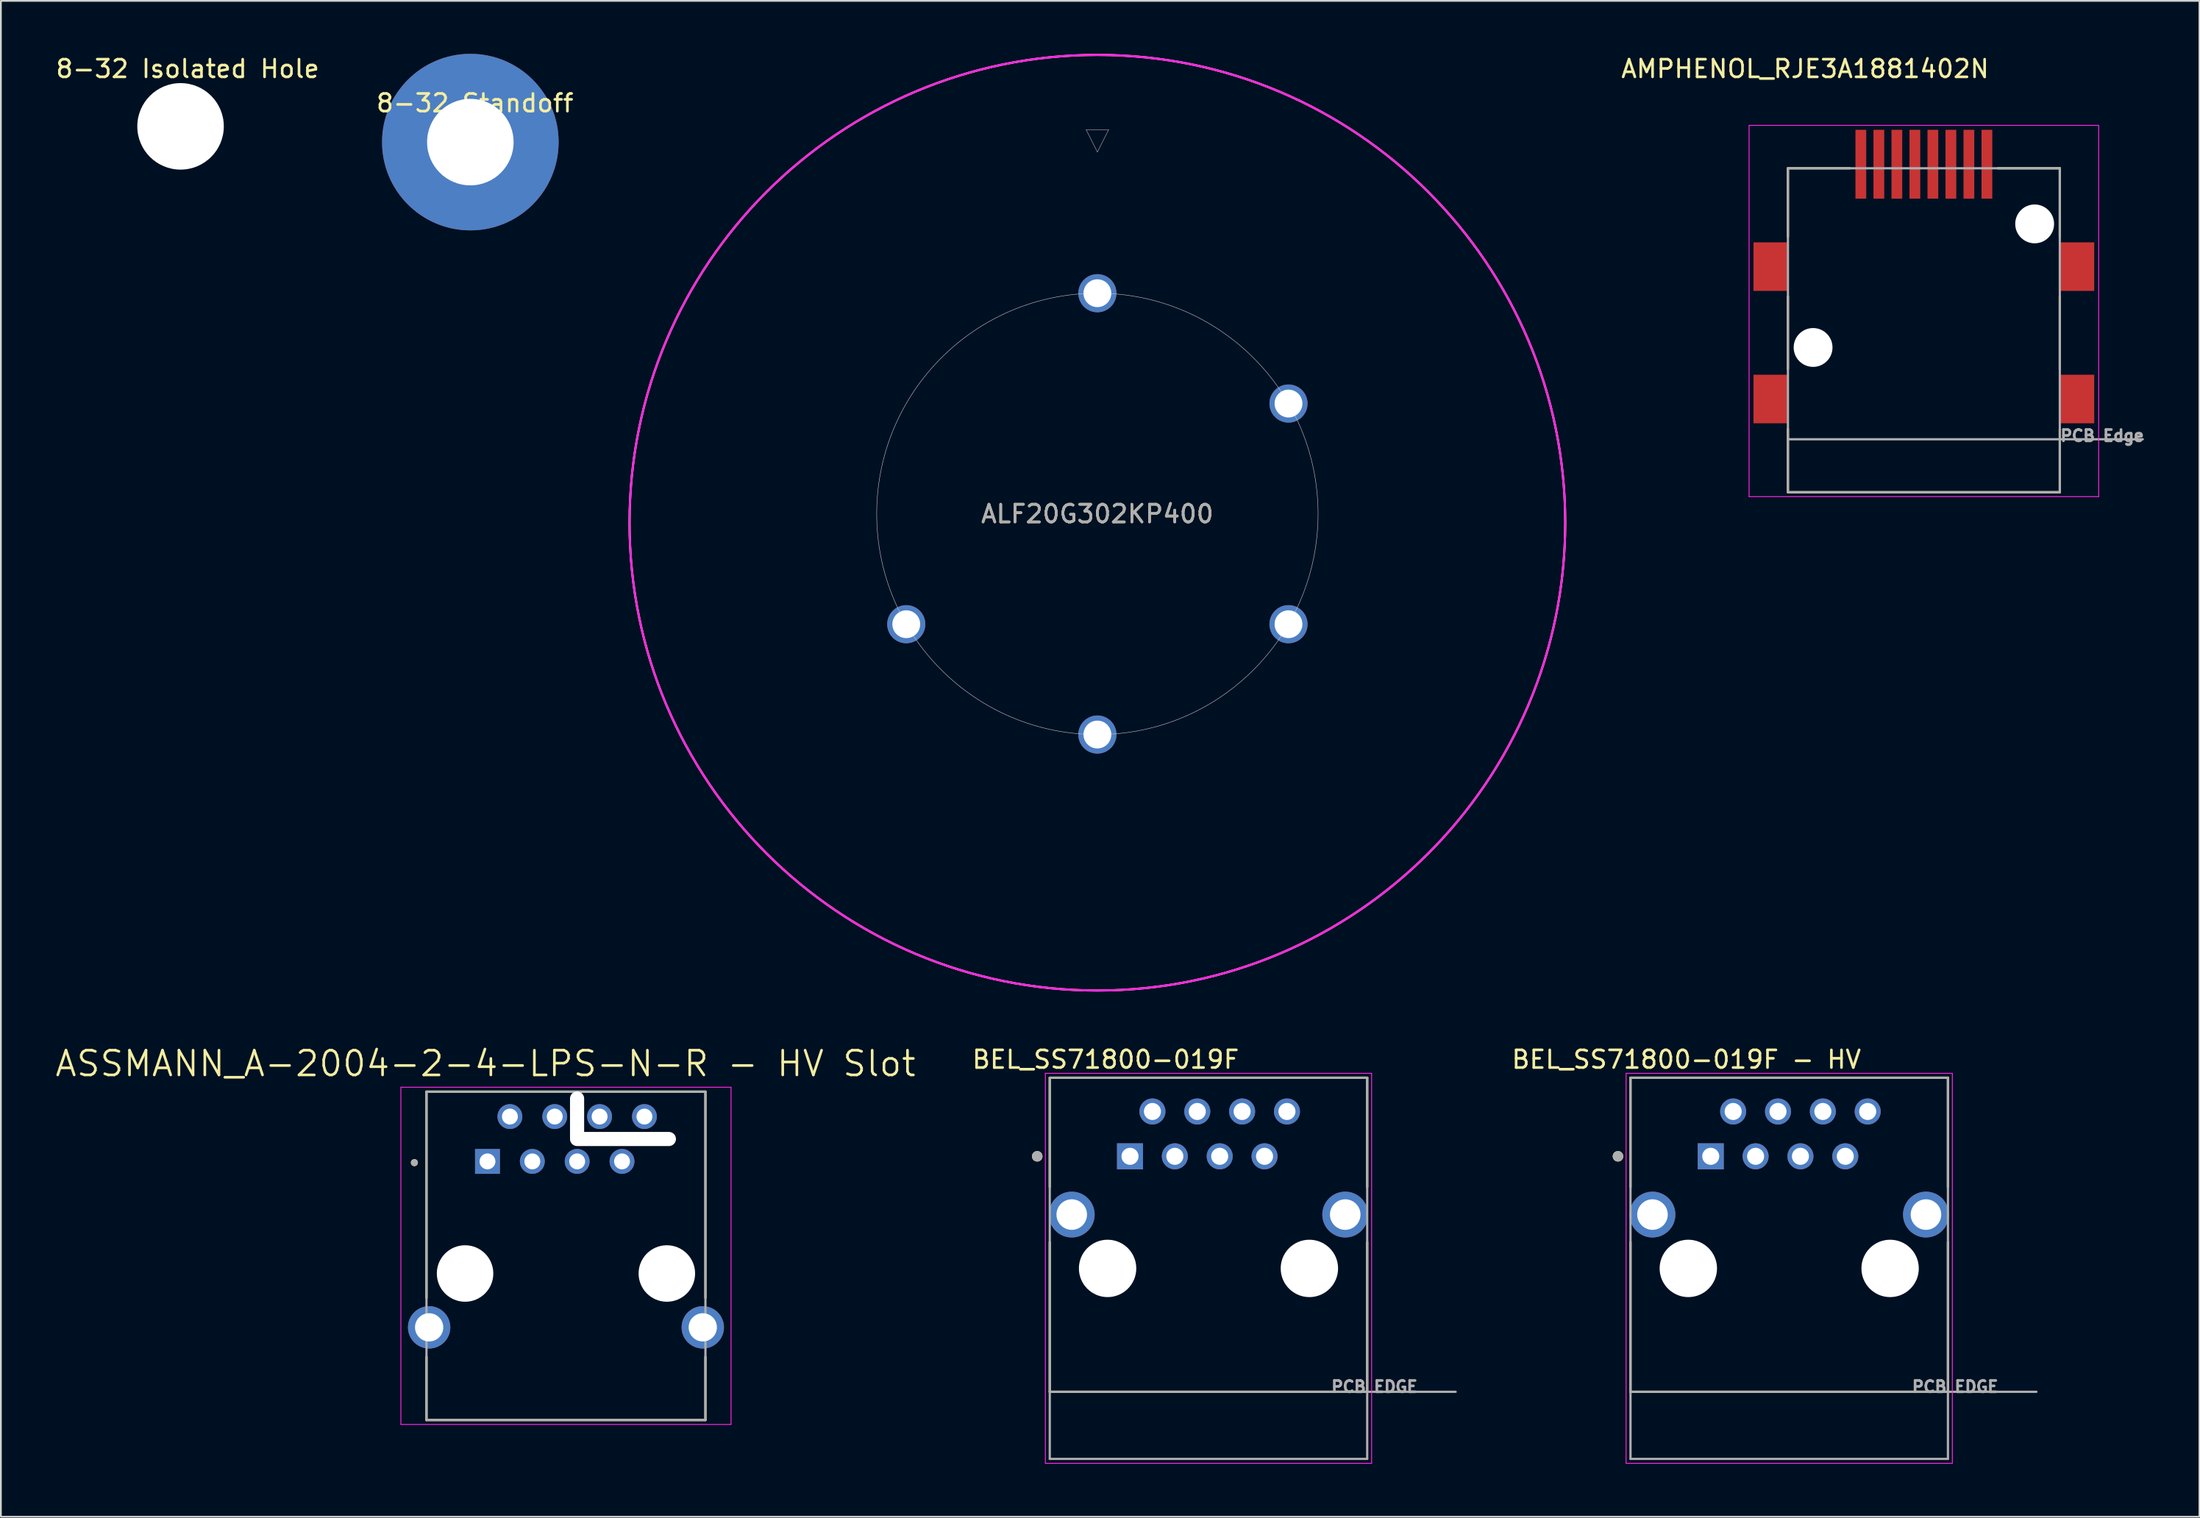
<source format=kicad_pcb>
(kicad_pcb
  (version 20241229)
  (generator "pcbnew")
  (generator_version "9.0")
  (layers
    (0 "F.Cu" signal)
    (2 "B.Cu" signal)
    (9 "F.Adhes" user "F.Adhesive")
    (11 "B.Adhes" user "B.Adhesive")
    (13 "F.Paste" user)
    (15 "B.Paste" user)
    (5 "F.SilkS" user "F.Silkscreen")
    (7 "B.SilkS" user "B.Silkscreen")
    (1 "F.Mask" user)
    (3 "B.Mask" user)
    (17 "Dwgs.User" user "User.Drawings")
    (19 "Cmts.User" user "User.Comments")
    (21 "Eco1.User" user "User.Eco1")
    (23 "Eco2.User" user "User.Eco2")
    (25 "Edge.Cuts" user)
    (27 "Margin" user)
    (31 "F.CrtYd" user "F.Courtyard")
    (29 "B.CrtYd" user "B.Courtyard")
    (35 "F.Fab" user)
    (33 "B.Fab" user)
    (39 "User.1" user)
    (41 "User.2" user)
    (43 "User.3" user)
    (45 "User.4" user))
  (footprint "ASSMANN_A-2004-2-4-LPS-N-R - HV Slot"
    (layer "F.Cu")
    (at 29.007 69.091)
    (property "Reference" "ASSMANN_A-2004-2-4-LPS-N-R - HV Slot" (at -4.555 -11.889 0) (layer "F.SilkS") (effects (font (size 1.4 1.4) (thickness 0.15))))
    (attr through_hole)
    (fp_line (start -7.9 -10.3) (end 7.9 -10.3) (stroke (width 0.127) (type solid)) (layer "F.SilkS"))
    (fp_line (start -7.9 1.38) (end -7.9 -10.3) (stroke (width 0.127) (type solid)) (layer "F.SilkS"))
    (fp_line (start -7.9 8.3) (end -7.9 4.72) (stroke (width 0.127) (type solid)) (layer "F.SilkS"))
    (fp_line (start 7.9 -10.3) (end 7.9 1.38) (stroke (width 0.127) (type solid)) (layer "F.SilkS"))
    (fp_line (start 7.9 4.72) (end 7.9 8.3) (stroke (width 0.127) (type solid)) (layer "F.SilkS"))
    (fp_line (start 7.9 8.3) (end -7.9 8.3) (stroke (width 0.127) (type solid)) (layer "F.SilkS"))
    (fp_circle (center -8.586 -6.281) (end -8.486 -6.281) (stroke (width 0.2) (type solid)) (fill no) (layer "F.SilkS"))
    (fp_line (start -9.35 -10.55) (end -9.35 8.55) (stroke (width 0.05) (type solid)) (layer "F.CrtYd"))
    (fp_line (start -9.35 8.55) (end 9.35 8.55) (stroke (width 0.05) (type solid)) (layer "F.CrtYd"))
    (fp_line (start 9.35 -10.55) (end -9.35 -10.55) (stroke (width 0.05) (type solid)) (layer "F.CrtYd"))
    (fp_line (start 9.35 8.55) (end 9.35 -10.55) (stroke (width 0.05) (type solid)) (layer "F.CrtYd"))
    (fp_line (start -7.9 -10.3) (end 7.9 -10.3) (stroke (width 0.127) (type solid)) (layer "F.Fab"))
    (fp_line (start -7.9 8.3) (end -7.9 -10.3) (stroke (width 0.127) (type solid)) (layer "F.Fab"))
    (fp_line (start 7.9 -10.3) (end 7.9 8.3) (stroke (width 0.127) (type solid)) (layer "F.Fab"))
    (fp_line (start 7.9 8.3) (end -7.9 8.3) (stroke (width 0.127) (type solid)) (layer "F.Fab"))
    (fp_circle (center -8.586 -6.281) (end -8.486 -6.281) (stroke (width 0.2) (type solid)) (fill no) (layer "F.Fab"))
    (pad "" np_thru_hole circle (at -5.715 0) (size 3.2 3.2) (drill 3.2) (layers "*.Cu" "*.Mask"))
    (pad "" np_thru_hole oval (at 0.63 -8.81) (size 0.8 3) (drill oval 0.8 3) (layers "*.Cu" "*.Mask"))
    (pad "" np_thru_hole oval (at 3.23 -7.62 90) (size 0.8 6) (drill oval 0.8 6) (layers "*.Cu" "*.Mask"))
    (pad "" np_thru_hole circle (at 5.715 0) (size 3.2 3.2) (drill 3.2) (layers "*.Cu" "*.Mask"))
    (pad "1" thru_hole rect (at -4.445 -6.35) (size 1.408 1.408) (drill 0.9) (layers "*.Cu" "*.Mask"))
    (pad "2" thru_hole circle (at -3.175 -8.89) (size 1.408 1.408) (drill 0.9) (layers "*.Cu" "*.Mask"))
    (pad "3" thru_hole circle (at -1.905 -6.35) (size 1.408 1.408) (drill 0.9) (layers "*.Cu" "*.Mask"))
    (pad "4" thru_hole circle (at -0.635 -8.89) (size 1.408 1.408) (drill 0.9) (layers "*.Cu" "*.Mask"))
    (pad "5" thru_hole circle (at 0.635 -6.35) (size 1.408 1.408) (drill 0.9) (layers "*.Cu" "*.Mask"))
    (pad "6" thru_hole circle (at 1.905 -8.89) (size 1.408 1.408) (drill 0.9) (layers "*.Cu" "*.Mask"))
    (pad "7" thru_hole circle (at 3.175 -6.35) (size 1.408 1.408) (drill 0.9) (layers "*.Cu" "*.Mask"))
    (pad "8" thru_hole circle (at 4.445 -8.89) (size 1.408 1.408) (drill 0.9) (layers "*.Cu" "*.Mask"))
    (pad "SH" thru_hole circle (at -7.75 3.05) (size 2.4 2.4) (drill 1.6) (layers "*.Cu" "*.Mask"))
    (pad "SH" thru_hole circle (at 7.75 3.05) (size 2.4 2.4) (drill 1.6) (layers "*.Cu" "*.Mask")))
  (footprint "8-32 Standoff"
    (layer "F.Cu")
    (at 23.541 4.94)
    (property "Reference" "8-32 Standoff" (at 0.31 -2.15 0) (unlocked yes) (layer "F.SilkS") (effects (font (size 1 1) (thickness 0.15))))
    (attr through_hole)
    (pad "1" thru_hole circle (at 0.05 0.06) (size 10 10) (drill 4.9) (layers "*.Cu" "*.Mask")))
  (footprint "BEL_SS71800-019F"
    (layer "F.Cu")
    (at 65.401 68.803)
    (property "Reference" "BEL_SS71800-019F" (at -5.825 -11.835 0) (layer "F.SilkS") (effects (font (size 1 1) (thickness 0.15))))
    (attr through_hole)
    (fp_line (start -8.99 -10.8) (end 8.99 -10.8) (stroke (width 0.127) (type solid)) (layer "F.SilkS"))
    (fp_line (start -8.99 -4.61) (end -8.99 -10.8) (stroke (width 0.127) (type solid)) (layer "F.SilkS"))
    (fp_line (start -8.99 6.99) (end -8.99 -1.49) (stroke (width 0.127) (type solid)) (layer "F.SilkS"))
    (fp_line (start -8.99 6.99) (end 8.99 6.99) (stroke (width 0.127) (type solid)) (layer "F.SilkS"))
    (fp_line (start 8.99 -10.8) (end 8.99 -4.61) (stroke (width 0.127) (type solid)) (layer "F.SilkS"))
    (fp_line (start 8.99 -1.49) (end 8.99 6.99) (stroke (width 0.127) (type solid)) (layer "F.SilkS"))
    (fp_circle (center -9.7 -6.35) (end -9.55 -6.35) (stroke (width 0.3) (type solid)) (fill no) (layer "F.SilkS"))
    (fp_line (start -9.24 -11.05) (end 9.24 -11.05) (stroke (width 0.05) (type solid)) (layer "F.CrtYd"))
    (fp_line (start -9.24 11.04) (end -9.24 -11.05) (stroke (width 0.05) (type solid)) (layer "F.CrtYd"))
    (fp_line (start 9.24 -11.05) (end 9.24 11.04) (stroke (width 0.05) (type solid)) (layer "F.CrtYd"))
    (fp_line (start 9.24 11.04) (end -9.24 11.04) (stroke (width 0.05) (type solid)) (layer "F.CrtYd"))
    (fp_line (start -8.99 -10.8) (end 8.99 -10.8) (stroke (width 0.127) (type solid)) (layer "F.Fab"))
    (fp_line (start -8.99 6.99) (end -8.99 -10.8) (stroke (width 0.127) (type solid)) (layer "F.Fab"))
    (fp_line (start -8.99 6.99) (end 14 6.99) (stroke (width 0.127) (type solid)) (layer "F.Fab"))
    (fp_line (start -8.99 10.79) (end -8.99 6.99) (stroke (width 0.127) (type solid)) (layer "F.Fab"))
    (fp_line (start 8.99 -10.8) (end 8.99 10.79) (stroke (width 0.127) (type solid)) (layer "F.Fab"))
    (fp_line (start 8.99 10.79) (end -8.99 10.79) (stroke (width 0.127) (type solid)) (layer "F.Fab"))
    (fp_circle (center -9.7 -6.35) (end -9.55 -6.35) (stroke (width 0.3) (type solid)) (fill no) (layer "F.Fab"))
    (fp_text user "PCB EDGE" (at 9.4 6.7 0) (layer "F.Fab") (effects (font (size 0.64 0.64) (thickness 0.15))))
    (pad "" np_thru_hole circle (at -5.715 0) (size 3.25 3.25) (drill 3.25) (layers "*.Cu" "*.Mask"))
    (pad "" np_thru_hole circle (at 5.715 0) (size 3.25 3.25) (drill 3.25) (layers "*.Cu" "*.Mask"))
    (pad "1" thru_hole rect (at -4.445 -6.35) (size 1.474 1.474) (drill 0.966) (layers "*.Cu" "*.Mask"))
    (pad "2" thru_hole circle (at -3.175 -8.89) (size 1.474 1.474) (drill 0.966) (layers "*.Cu" "*.Mask"))
    (pad "3" thru_hole circle (at -1.905 -6.35) (size 1.474 1.474) (drill 0.966) (layers "*.Cu" "*.Mask"))
    (pad "4" thru_hole circle (at -0.635 -8.89) (size 1.474 1.474) (drill 0.966) (layers "*.Cu" "*.Mask"))
    (pad "5" thru_hole circle (at 0.635 -6.35) (size 1.474 1.474) (drill 0.966) (layers "*.Cu" "*.Mask"))
    (pad "6" thru_hole circle (at 1.905 -8.89) (size 1.474 1.474) (drill 0.966) (layers "*.Cu" "*.Mask"))
    (pad "7" thru_hole circle (at 3.175 -6.35) (size 1.474 1.474) (drill 0.966) (layers "*.Cu" "*.Mask"))
    (pad "8" thru_hole circle (at 4.445 -8.89) (size 1.474 1.474) (drill 0.966) (layers "*.Cu" "*.Mask"))
    (pad "SH" thru_hole circle (at -7.745 -3.05) (size 2.595 2.595) (drill 1.73) (layers "*.Cu" "*.Mask"))
    (pad "SH" thru_hole circle (at 7.745 -3.05) (size 2.595 2.595) (drill 1.73) (layers "*.Cu" "*.Mask")))
  (footprint "ALF20G302KP400"
    (layer "F.Cu")
    (at 59.108 13.56)
    (property "Reference" "ALF20G302KP400" (at 0 12.5 0) (unlocked yes) (layer "F.SilkS") (effects (font (size 1 1) (thickness 0.15))))
    (attr through_hole)
    (fp_circle (center 0 13) (end 26.5 13) (stroke (width 0.12) (type default)) (fill no) (layer "F.SilkS"))
    (fp_circle (center 0 12.5) (end 12.5 12.5) (stroke (width 0.025) (type solid)) (fill no) (layer "Dwgs.User"))
    (fp_circle (center 0 13) (end 26.5 13) (stroke (width 0.12) (type default)) (fill no) (layer "F.CrtYd"))
    (fp_line (start -0.635 -9.259) (end 0.635 -9.259) (stroke (width 0.025) (type solid)) (layer "F.Fab"))
    (fp_line (start 0 -7.998) (end -0.635 -9.259) (stroke (width 0.025) (type solid)) (layer "F.Fab"))
    (fp_line (start 0.635 -9.259) (end 0 -7.998) (stroke (width 0.025) (type solid)) (layer "F.Fab"))
    (fp_text user "${REFERENCE}" (at 0 12.5 0) (unlocked yes) (layer "F.Fab") (effects (font (size 1 1) (thickness 0.15))))
    (pad "1" thru_hole circle (at 0 0) (size 2.159 2.159) (drill 1.575) (layers "*.Cu" "*.Mask"))
    (pad "2" thru_hole circle (at 10.825 6.25 300) (size 2.159 2.159) (drill 1.575) (layers "*.Cu" "*.Mask"))
    (pad "3" thru_hole circle (at 0 25) (size 2.159 2.159) (drill 1.575) (layers "*.Cu" "*.Mask"))
    (pad "4" thru_hole circle (at -10.825 18.75 120) (size 2.159 2.159) (drill 1.575) (layers "*.Cu" "*.Mask"))
    (pad "5" thru_hole circle (at 10.825 18.75 240) (size 2.159 2.159) (drill 1.575) (layers "*.Cu" "*.Mask")))
  (footprint "BEL_SS71800-019F - HV"
    (layer "F.Cu")
    (at 98.295 68.803)
    (property "Reference" "BEL_SS71800-019F - HV" (at -5.825 -11.835 0) (layer "F.SilkS") (effects (font (size 1 1) (thickness 0.15))))
    (attr through_hole)
    (fp_line (start -8.99 -10.8) (end 8.99 -10.8) (stroke (width 0.127) (type solid)) (layer "F.SilkS"))
    (fp_line (start -8.99 -4.61) (end -8.99 -10.8) (stroke (width 0.127) (type solid)) (layer "F.SilkS"))
    (fp_line (start -8.99 6.99) (end -8.99 -1.49) (stroke (width 0.127) (type solid)) (layer "F.SilkS"))
    (fp_line (start -8.99 6.99) (end 8.99 6.99) (stroke (width 0.127) (type solid)) (layer "F.SilkS"))
    (fp_line (start 8.99 -10.8) (end 8.99 -4.61) (stroke (width 0.127) (type solid)) (layer "F.SilkS"))
    (fp_line (start 8.99 -1.49) (end 8.99 6.99) (stroke (width 0.127) (type solid)) (layer "F.SilkS"))
    (fp_circle (center -9.7 -6.35) (end -9.55 -6.35) (stroke (width 0.3) (type solid)) (fill no) (layer "F.SilkS"))
    (fp_line (start -9.24 -11.05) (end 9.24 -11.05) (stroke (width 0.05) (type solid)) (layer "F.CrtYd"))
    (fp_line (start -9.24 11.04) (end -9.24 -11.05) (stroke (width 0.05) (type solid)) (layer "F.CrtYd"))
    (fp_line (start 9.24 -11.05) (end 9.24 11.04) (stroke (width 0.05) (type solid)) (layer "F.CrtYd"))
    (fp_line (start 9.24 11.04) (end -9.24 11.04) (stroke (width 0.05) (type solid)) (layer "F.CrtYd"))
    (fp_line (start -8.99 -10.8) (end 8.99 -10.8) (stroke (width 0.127) (type solid)) (layer "F.Fab"))
    (fp_line (start -8.99 6.99) (end -8.99 -10.8) (stroke (width 0.127) (type solid)) (layer "F.Fab"))
    (fp_line (start -8.99 6.99) (end 14 6.99) (stroke (width 0.127) (type solid)) (layer "F.Fab"))
    (fp_line (start -8.99 10.79) (end -8.99 6.99) (stroke (width 0.127) (type solid)) (layer "F.Fab"))
    (fp_line (start 8.99 -10.8) (end 8.99 10.79) (stroke (width 0.127) (type solid)) (layer "F.Fab"))
    (fp_line (start 8.99 10.79) (end -8.99 10.79) (stroke (width 0.127) (type solid)) (layer "F.Fab"))
    (fp_circle (center -9.7 -6.35) (end -9.55 -6.35) (stroke (width 0.3) (type solid)) (fill no) (layer "F.Fab"))
    (fp_text user "PCB EDGE" (at 9.4 6.7 0) (layer "F.Fab") (effects (font (size 0.64 0.64) (thickness 0.15))))
    (pad "" np_thru_hole circle (at -5.715 0) (size 3.25 3.25) (drill 3.25) (layers "*.Cu" "*.Mask"))
    (pad "" np_thru_hole circle (at 5.715 0) (size 3.25 3.25) (drill 3.25) (layers "*.Cu" "*.Mask"))
    (pad "1" thru_hole rect (at -4.445 -6.35) (size 1.474 1.474) (drill 0.966) (layers "*.Cu" "*.Mask"))
    (pad "2" thru_hole circle (at -3.175 -8.89) (size 1.474 1.474) (drill 0.966) (layers "*.Cu" "*.Mask"))
    (pad "3" thru_hole circle (at -1.905 -6.35) (size 1.474 1.474) (drill 0.966) (layers "*.Cu" "*.Mask"))
    (pad "4" thru_hole circle (at -0.635 -8.89) (size 1.474 1.474) (drill 0.966) (layers "*.Cu" "*.Mask"))
    (pad "5" thru_hole circle (at 0.635 -6.35) (size 1.474 1.474) (drill 0.966) (layers "*.Cu" "*.Mask"))
    (pad "6" thru_hole circle (at 1.905 -8.89) (size 1.474 1.474) (drill 0.966) (layers "*.Cu" "*.Mask"))
    (pad "7" thru_hole circle (at 3.175 -6.35) (size 1.474 1.474) (drill 0.966) (layers "*.Cu" "*.Mask"))
    (pad "8" thru_hole circle (at 4.445 -8.89) (size 1.474 1.474) (drill 0.966) (layers "*.Cu" "*.Mask"))
    (pad "SH" thru_hole circle (at -7.745 -3.05) (size 2.595 2.595) (drill 1.73) (layers "*.Cu" "*.Mask"))
    (pad "SH" thru_hole circle (at 7.745 -3.05) (size 2.595 2.595) (drill 1.73) (layers "*.Cu" "*.Mask")))
  (footprint "8-32 Isolated Hole"
    (layer "F.Cu")
    (at 7.127 4.048)
    (property "Reference" "8-32 Isolated Hole" (at 0.45 -3.2 0) (unlocked yes) (layer "F.SilkS") (effects (font (size 1 1) (thickness 0.15))))
    (attr through_hole)
    (pad "" np_thru_hole circle (at 0.05 0.06) (size 4.9 4.9) (drill 4.9) (layers "*.Cu" "*.Mask")))
  (footprint "AMPHENOL_RJE3A1881402N"
    (layer "F.Cu")
    (at 105.922 16.633)
    (property "Reference" "AMPHENOL_RJE3A1881402N" (at -6.725 -15.785 0) (layer "F.SilkS") (effects (font (size 1 1) (thickness 0.15))))
    (attr smd)
    (fp_line (start -7.7 -10.15) (end -4.195 -10.15) (stroke (width 0.127) (type solid)) (layer "F.SilkS"))
    (fp_line (start -7.7 -6.275) (end -7.7 -10.15) (stroke (width 0.127) (type solid)) (layer "F.SilkS"))
    (fp_line (start -7.7 -2.885) (end -7.7 1.225) (stroke (width 0.127) (type solid)) (layer "F.SilkS"))
    (fp_line (start -7.7 8.2) (end -7.7 4.615) (stroke (width 0.127) (type solid)) (layer "F.SilkS"))
    (fp_line (start 4.195 -10.15) (end 7.7 -10.15) (stroke (width 0.127) (type solid)) (layer "F.SilkS"))
    (fp_line (start 7.7 -10.15) (end 7.7 -6.275) (stroke (width 0.127) (type solid)) (layer "F.SilkS"))
    (fp_line (start 7.7 -2.885) (end 7.7 1.225) (stroke (width 0.127) (type solid)) (layer "F.SilkS"))
    (fp_line (start 7.7 8.2) (end -7.7 8.2) (stroke (width 0.127) (type solid)) (layer "F.SilkS"))
    (fp_line (start 7.7 8.2) (end 7.7 4.615) (stroke (width 0.127) (type solid)) (layer "F.SilkS"))
    (fp_line (start -9.9 -12.58) (end -9.9 8.45) (stroke (width 0.05) (type solid)) (layer "F.CrtYd"))
    (fp_line (start -9.9 8.45) (end 9.9 8.45) (stroke (width 0.05) (type solid)) (layer "F.CrtYd"))
    (fp_line (start 9.9 -12.58) (end -9.9 -12.58) (stroke (width 0.05) (type solid)) (layer "F.CrtYd"))
    (fp_line (start 9.9 8.45) (end 9.9 -12.58) (stroke (width 0.05) (type solid)) (layer "F.CrtYd"))
    (fp_line (start -7.7 -10.15) (end 7.7 -10.15) (stroke (width 0.127) (type solid)) (layer "F.Fab"))
    (fp_line (start -7.7 5.2) (end -7.7 -10.15) (stroke (width 0.127) (type solid)) (layer "F.Fab"))
    (fp_line (start -7.7 5.2) (end 12.4 5.2) (stroke (width 0.127) (type solid)) (layer "F.Fab"))
    (fp_line (start -7.7 8.2) (end -7.7 5.2) (stroke (width 0.127) (type solid)) (layer "F.Fab"))
    (fp_line (start 7.7 -10.15) (end 7.7 8.2) (stroke (width 0.127) (type solid)) (layer "F.Fab"))
    (fp_line (start 7.7 8.2) (end -7.7 8.2) (stroke (width 0.127) (type solid)) (layer "F.Fab"))
    (fp_text user "PCB Edge" (at 10.1 5 0) (layer "F.Fab") (effects (font (size 0.64 0.64) (thickness 0.15))))
    (pad "" np_thru_hole circle (at -6.275 0) (size 2.2 2.2) (drill 2.2) (layers "*.Cu" "*.Mask"))
    (pad "" np_thru_hole circle (at 6.275 -7) (size 2.2 2.2) (drill 2.2) (layers "*.Cu" "*.Mask"))
    (pad "1" smd rect (at 3.57 -10.38) (size 0.61 3.9) (layers "F.Cu" "F.Mask" "F.Paste"))
    (pad "2" smd rect (at 2.55 -10.38) (size 0.61 3.9) (layers "F.Cu" "F.Mask" "F.Paste"))
    (pad "3" smd rect (at 1.53 -10.38) (size 0.61 3.9) (layers "F.Cu" "F.Mask" "F.Paste"))
    (pad "4" smd rect (at 0.51 -10.38) (size 0.61 3.9) (layers "F.Cu" "F.Mask" "F.Paste"))
    (pad "5" smd rect (at -0.51 -10.38) (size 0.61 3.9) (layers "F.Cu" "F.Mask" "F.Paste"))
    (pad "6" smd rect (at -1.53 -10.38) (size 0.61 3.9) (layers "F.Cu" "F.Mask" "F.Paste"))
    (pad "7" smd rect (at -2.55 -10.38) (size 0.61 3.9) (layers "F.Cu" "F.Mask" "F.Paste"))
    (pad "8" smd rect (at -3.57 -10.38) (size 0.61 3.9) (layers "F.Cu" "F.Mask" "F.Paste"))
    (pad "SH" smd rect (at -8.65 -4.58) (size 2 2.75) (layers "F.Cu" "F.Mask" "F.Paste"))
    (pad "SH" smd rect (at -8.65 2.92) (size 2 2.75) (layers "F.Cu" "F.Mask" "F.Paste"))
    (pad "SH" smd rect (at 8.65 -4.58) (size 2 2.75) (layers "F.Cu" "F.Mask" "F.Paste"))
    (pad "SH" smd rect (at 8.65 2.92) (size 2 2.75) (layers "F.Cu" "F.Mask" "F.Paste")))
  (gr_rect
    (start -3 -3)
    (end 121.53 82.868)
    (stroke (width 0.1) (type default))
    (fill no)
    (layer "Edge.Cuts")))
</source>
